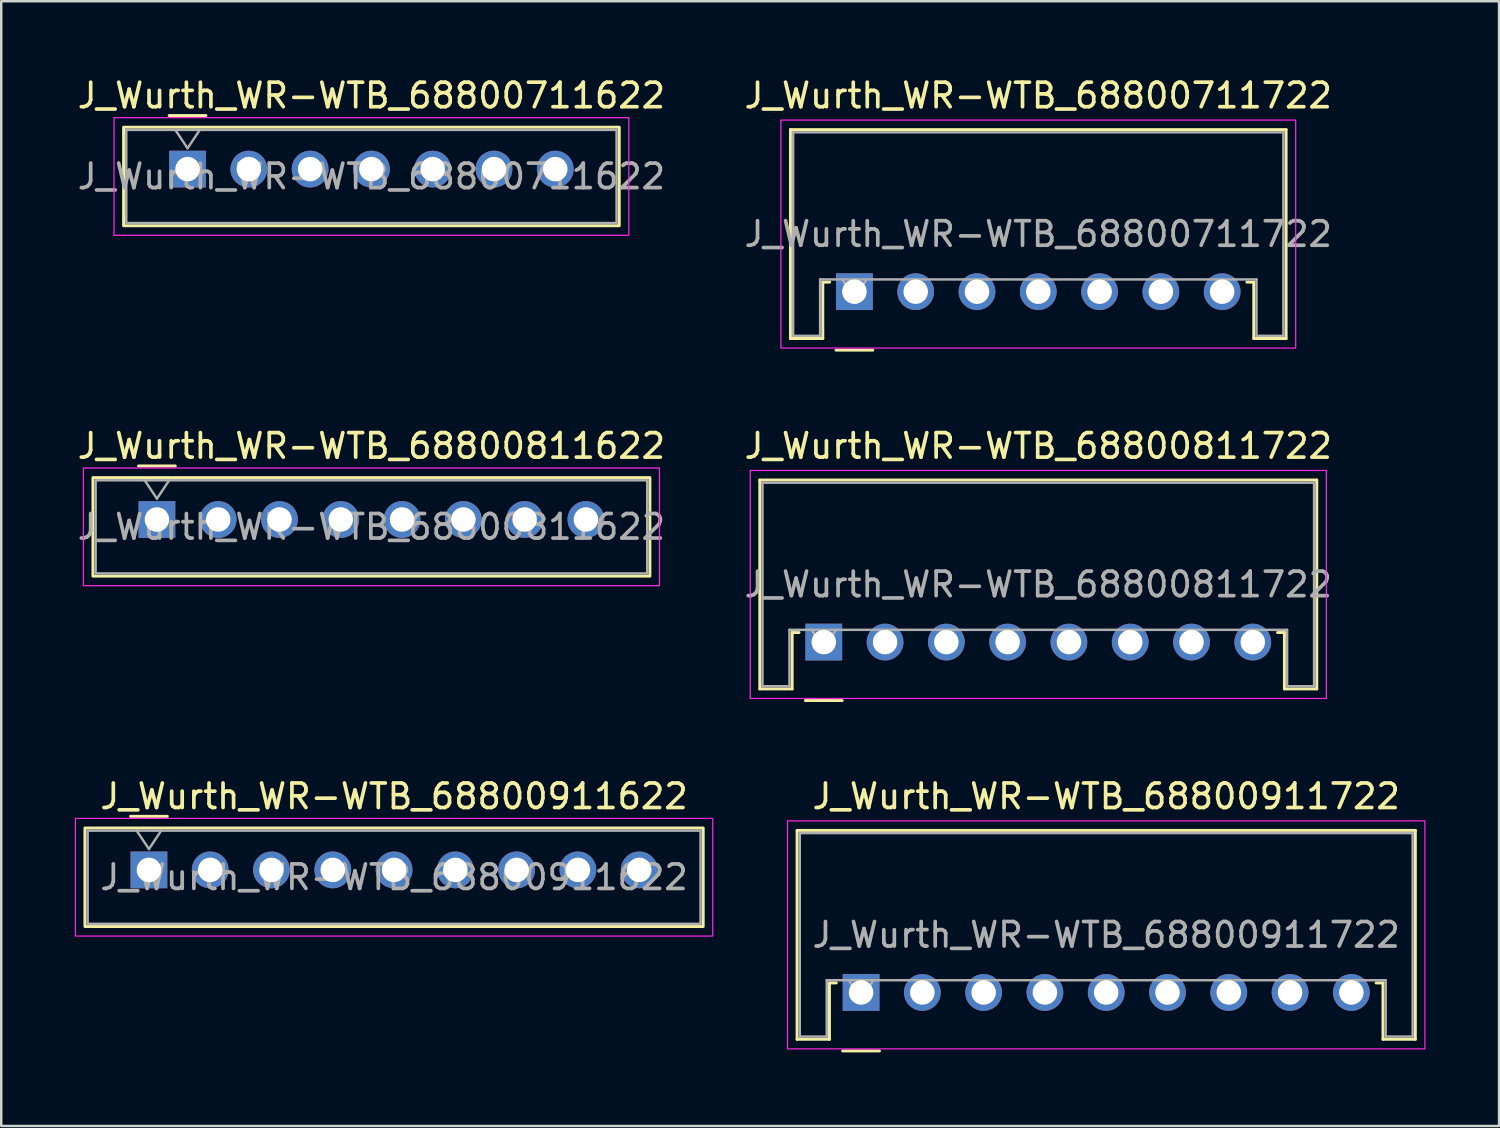
<source format=kicad_pcb>
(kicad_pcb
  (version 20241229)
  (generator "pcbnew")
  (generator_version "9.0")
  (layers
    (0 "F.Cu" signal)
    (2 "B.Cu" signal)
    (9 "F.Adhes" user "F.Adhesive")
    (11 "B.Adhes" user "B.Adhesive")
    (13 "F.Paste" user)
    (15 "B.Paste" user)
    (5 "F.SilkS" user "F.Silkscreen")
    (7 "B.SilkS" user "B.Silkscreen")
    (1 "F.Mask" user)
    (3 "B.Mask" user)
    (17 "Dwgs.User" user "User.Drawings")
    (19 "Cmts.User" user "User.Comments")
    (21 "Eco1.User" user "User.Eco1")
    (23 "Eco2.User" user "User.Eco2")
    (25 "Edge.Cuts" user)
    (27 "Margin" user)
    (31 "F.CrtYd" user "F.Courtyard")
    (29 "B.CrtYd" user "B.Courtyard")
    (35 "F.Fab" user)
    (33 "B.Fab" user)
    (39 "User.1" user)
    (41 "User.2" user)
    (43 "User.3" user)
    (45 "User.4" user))
  (footprint "J_Wurth_WR-WTB_68800911622"
    (layer "F.Cu")
    (at 3.025 32.435)
    (property "Reference" "J_Wurth_WR-WTB_68800911622" (at 10 -3 0) (unlocked yes) (layer "F.SilkS") (effects (font (size 1 1) (thickness 0.15))))
    (attr through_hole)
    (fp_line (start -0.75 -2.185) (end 0.75 -2.185) (stroke (width 0.12) (type solid)) (layer "F.SilkS"))
    (fp_rect (start -2.61 2.31) (end 22.61 -1.71) (stroke (width 0.12) (type solid)) (fill no) (layer "F.SilkS"))
    (fp_rect (start -3 2.7) (end 23 -2.1) (stroke (width 0.05) (type solid)) (fill no) (layer "F.CrtYd"))
    (fp_line (start 0 -0.85) (end -0.5 -1.6) (stroke (width 0.1) (type solid)) (layer "F.Fab"))
    (fp_line (start 0 -0.85) (end 0.5 -1.6) (stroke (width 0.1) (type solid)) (layer "F.Fab"))
    (fp_rect (start -2.5 2.2) (end 22.5 -1.6) (stroke (width 0.1) (type solid)) (fill no) (layer "F.Fab"))
    (fp_text user "${REFERENCE}" (at 10 0.3 0) (unlocked yes) (layer "F.Fab") (effects (font (size 1 1) (thickness 0.15))))
    (pad "1" thru_hole rect (at 0 0 180) (size 1.5 1.5) (drill 1) (layers "*.Cu" "*.Mask"))
    (pad "2" thru_hole circle (at 2.5 0 180) (size 1.5 1.5) (drill 1) (layers "*.Cu" "*.Mask"))
    (pad "3" thru_hole circle (at 5 0 180) (size 1.5 1.5) (drill 1) (layers "*.Cu" "*.Mask"))
    (pad "4" thru_hole circle (at 7.5 0 180) (size 1.5 1.5) (drill 1) (layers "*.Cu" "*.Mask"))
    (pad "5" thru_hole circle (at 10 0 180) (size 1.5 1.5) (drill 1) (layers "*.Cu" "*.Mask"))
    (pad "6" thru_hole circle (at 12.5 0 180) (size 1.5 1.5) (drill 1) (layers "*.Cu" "*.Mask"))
    (pad "7" thru_hole circle (at 15 0 180) (size 1.5 1.5) (drill 1) (layers "*.Cu" "*.Mask"))
    (pad "8" thru_hole circle (at 17.5 0 180) (size 1.5 1.5) (drill 1) (layers "*.Cu" "*.Mask"))
    (pad "9" thru_hole circle (at 20 0 180) (size 1.5 1.5) (drill 1) (layers "*.Cu" "*.Mask")))
  (footprint "J_Wurth_WR-WTB_68800711722"
    (layer "F.Cu")
    (at 31.804 8.848)
    (property "Reference" "J_Wurth_WR-WTB_68800711722" (at 7.5 -8 0) (unlocked yes) (layer "F.SilkS") (effects (font (size 1 1) (thickness 0.15))))
    (attr through_hole)
    (fp_line (start -2.61 -6.61) (end 17.61 -6.61) (stroke (width 0.12) (type default)) (layer "F.SilkS"))
    (fp_line (start -2.61 1.91) (end -2.61 -6.61) (stroke (width 0.12) (type default)) (layer "F.SilkS"))
    (fp_line (start -2.61 1.91) (end -1.29 1.91) (stroke (width 0.12) (type solid)) (layer "F.SilkS"))
    (fp_line (start -1.29 1.91) (end -1.29 -0.39) (stroke (width 0.12) (type solid)) (layer "F.SilkS"))
    (fp_line (start -1.01 -0.39) (end -1.29 -0.39) (stroke (width 0.12) (type solid)) (layer "F.SilkS"))
    (fp_line (start 0.75 2.385) (end -0.75 2.385) (stroke (width 0.12) (type solid)) (layer "F.SilkS"))
    (fp_line (start 16.29 -0.39) (end 16.01 -0.39) (stroke (width 0.12) (type solid)) (layer "F.SilkS"))
    (fp_line (start 16.29 1.91) (end 16.29 -0.39) (stroke (width 0.12) (type solid)) (layer "F.SilkS"))
    (fp_line (start 17.61 -6.61) (end 17.61 1.91) (stroke (width 0.12) (type default)) (layer "F.SilkS"))
    (fp_line (start 17.61 1.91) (end 16.29 1.91) (stroke (width 0.12) (type solid)) (layer "F.SilkS"))
    (fp_rect (start -3 -7) (end 18 2.3) (stroke (width 0.05) (type solid)) (fill no) (layer "F.CrtYd"))
    (fp_line (start -2.5 -6.5) (end 17.5 -6.5) (stroke (width 0.1) (type default)) (layer "F.Fab"))
    (fp_line (start -2.5 1.8) (end -2.5 -6.5) (stroke (width 0.1) (type default)) (layer "F.Fab"))
    (fp_line (start -2.5 1.8) (end -1.4 1.8) (stroke (width 0.1) (type solid)) (layer "F.Fab"))
    (fp_line (start -1.4 -0.5) (end 16.4 -0.5) (stroke (width 0.1) (type default)) (layer "F.Fab"))
    (fp_line (start -1.4 1.8) (end -1.4 -0.5) (stroke (width 0.1) (type solid)) (layer "F.Fab"))
    (fp_line (start 0 0.25) (end -0.5 -0.5) (stroke (width 0.1) (type solid)) (layer "F.Fab"))
    (fp_line (start 0 0.25) (end 0.5 -0.5) (stroke (width 0.1) (type solid)) (layer "F.Fab"))
    (fp_line (start 16.4 1.8) (end 16.4 -0.5) (stroke (width 0.1) (type solid)) (layer "F.Fab"))
    (fp_line (start 17.5 -6.5) (end 17.5 1.8) (stroke (width 0.1) (type default)) (layer "F.Fab"))
    (fp_line (start 17.5 1.8) (end 16.4 1.8) (stroke (width 0.1) (type solid)) (layer "F.Fab"))
    (fp_text user "${REFERENCE}" (at 7.5 -2.35 0) (unlocked yes) (layer "F.Fab") (effects (font (size 1 1) (thickness 0.15))))
    (pad "1" thru_hole rect (at 0 0 180) (size 1.5 1.5) (drill 1) (layers "*.Cu" "*.Mask"))
    (pad "2" thru_hole circle (at 2.5 0 180) (size 1.5 1.5) (drill 1) (layers "*.Cu" "*.Mask"))
    (pad "3" thru_hole circle (at 5 0 180) (size 1.5 1.5) (drill 1) (layers "*.Cu" "*.Mask"))
    (pad "4" thru_hole circle (at 7.5 0 180) (size 1.5 1.5) (drill 1) (layers "*.Cu" "*.Mask"))
    (pad "5" thru_hole circle (at 10 0 180) (size 1.5 1.5) (drill 1) (layers "*.Cu" "*.Mask"))
    (pad "6" thru_hole circle (at 12.5 0 180) (size 1.5 1.5) (drill 1) (layers "*.Cu" "*.Mask"))
    (pad "7" thru_hole circle (at 15 0 180) (size 1.5 1.5) (drill 1) (layers "*.Cu" "*.Mask")))
  (footprint "J_Wurth_WR-WTB_68800911722"
    (layer "F.Cu")
    (at 32.075 37.435)
    (property "Reference" "J_Wurth_WR-WTB_68800911722" (at 10 -8 0) (unlocked yes) (layer "F.SilkS") (effects (font (size 1 1) (thickness 0.15))))
    (attr through_hole)
    (fp_line (start -2.61 -6.61) (end 22.61 -6.61) (stroke (width 0.12) (type default)) (layer "F.SilkS"))
    (fp_line (start -2.61 1.91) (end -2.61 -6.61) (stroke (width 0.12) (type default)) (layer "F.SilkS"))
    (fp_line (start -2.61 1.91) (end -1.29 1.91) (stroke (width 0.12) (type solid)) (layer "F.SilkS"))
    (fp_line (start -1.29 1.91) (end -1.29 -0.39) (stroke (width 0.12) (type solid)) (layer "F.SilkS"))
    (fp_line (start -1.01 -0.39) (end -1.29 -0.39) (stroke (width 0.12) (type solid)) (layer "F.SilkS"))
    (fp_line (start 0.75 2.385) (end -0.75 2.385) (stroke (width 0.12) (type solid)) (layer "F.SilkS"))
    (fp_line (start 21.29 -0.39) (end 21.01 -0.39) (stroke (width 0.12) (type solid)) (layer "F.SilkS"))
    (fp_line (start 21.29 1.91) (end 21.29 -0.39) (stroke (width 0.12) (type solid)) (layer "F.SilkS"))
    (fp_line (start 22.61 -6.61) (end 22.61 1.91) (stroke (width 0.12) (type default)) (layer "F.SilkS"))
    (fp_line (start 22.61 1.91) (end 21.29 1.91) (stroke (width 0.12) (type solid)) (layer "F.SilkS"))
    (fp_rect (start -3 -7) (end 23 2.3) (stroke (width 0.05) (type solid)) (fill no) (layer "F.CrtYd"))
    (fp_line (start -2.5 -6.5) (end 22.5 -6.5) (stroke (width 0.1) (type default)) (layer "F.Fab"))
    (fp_line (start -2.5 1.8) (end -2.5 -6.5) (stroke (width 0.1) (type default)) (layer "F.Fab"))
    (fp_line (start -2.5 1.8) (end -1.4 1.8) (stroke (width 0.1) (type solid)) (layer "F.Fab"))
    (fp_line (start -1.4 -0.5) (end 21.4 -0.5) (stroke (width 0.1) (type default)) (layer "F.Fab"))
    (fp_line (start -1.4 1.8) (end -1.4 -0.5) (stroke (width 0.1) (type solid)) (layer "F.Fab"))
    (fp_line (start 0 0.25) (end -0.5 -0.5) (stroke (width 0.1) (type solid)) (layer "F.Fab"))
    (fp_line (start 0 0.25) (end 0.5 -0.5) (stroke (width 0.1) (type solid)) (layer "F.Fab"))
    (fp_line (start 21.4 1.8) (end 21.4 -0.5) (stroke (width 0.1) (type solid)) (layer "F.Fab"))
    (fp_line (start 22.5 -6.5) (end 22.5 1.8) (stroke (width 0.1) (type default)) (layer "F.Fab"))
    (fp_line (start 22.5 1.8) (end 21.4 1.8) (stroke (width 0.1) (type solid)) (layer "F.Fab"))
    (fp_text user "${REFERENCE}" (at 10 -2.35 0) (unlocked yes) (layer "F.Fab") (effects (font (size 1 1) (thickness 0.15))))
    (pad "1" thru_hole rect (at 0 0 180) (size 1.5 1.5) (drill 1) (layers "*.Cu" "*.Mask"))
    (pad "2" thru_hole circle (at 2.5 0 180) (size 1.5 1.5) (drill 1) (layers "*.Cu" "*.Mask"))
    (pad "3" thru_hole circle (at 5 0 180) (size 1.5 1.5) (drill 1) (layers "*.Cu" "*.Mask"))
    (pad "4" thru_hole circle (at 7.5 0 180) (size 1.5 1.5) (drill 1) (layers "*.Cu" "*.Mask"))
    (pad "5" thru_hole circle (at 10 0 180) (size 1.5 1.5) (drill 1) (layers "*.Cu" "*.Mask"))
    (pad "6" thru_hole circle (at 12.5 0 180) (size 1.5 1.5) (drill 1) (layers "*.Cu" "*.Mask"))
    (pad "7" thru_hole circle (at 15 0 180) (size 1.5 1.5) (drill 1) (layers "*.Cu" "*.Mask"))
    (pad "8" thru_hole circle (at 17.5 0 180) (size 1.5 1.5) (drill 1) (layers "*.Cu" "*.Mask"))
    (pad "9" thru_hole circle (at 20 0 180) (size 1.5 1.5) (drill 1) (layers "*.Cu" "*.Mask")))
  (footprint "J_Wurth_WR-WTB_68800811722"
    (layer "F.Cu")
    (at 30.554 23.142)
    (property "Reference" "J_Wurth_WR-WTB_68800811722" (at 8.75 -8 0) (unlocked yes) (layer "F.SilkS") (effects (font (size 1 1) (thickness 0.15))))
    (attr through_hole)
    (fp_line (start -2.61 -6.61) (end 20.11 -6.61) (stroke (width 0.12) (type default)) (layer "F.SilkS"))
    (fp_line (start -2.61 1.91) (end -2.61 -6.61) (stroke (width 0.12) (type default)) (layer "F.SilkS"))
    (fp_line (start -2.61 1.91) (end -1.29 1.91) (stroke (width 0.12) (type solid)) (layer "F.SilkS"))
    (fp_line (start -1.29 1.91) (end -1.29 -0.39) (stroke (width 0.12) (type solid)) (layer "F.SilkS"))
    (fp_line (start -1.01 -0.39) (end -1.29 -0.39) (stroke (width 0.12) (type solid)) (layer "F.SilkS"))
    (fp_line (start 0.75 2.385) (end -0.75 2.385) (stroke (width 0.12) (type solid)) (layer "F.SilkS"))
    (fp_line (start 18.79 -0.39) (end 18.51 -0.39) (stroke (width 0.12) (type solid)) (layer "F.SilkS"))
    (fp_line (start 18.79 1.91) (end 18.79 -0.39) (stroke (width 0.12) (type solid)) (layer "F.SilkS"))
    (fp_line (start 20.11 -6.61) (end 20.11 1.91) (stroke (width 0.12) (type default)) (layer "F.SilkS"))
    (fp_line (start 20.11 1.91) (end 18.79 1.91) (stroke (width 0.12) (type solid)) (layer "F.SilkS"))
    (fp_rect (start -3 -7) (end 20.5 2.3) (stroke (width 0.05) (type solid)) (fill no) (layer "F.CrtYd"))
    (fp_line (start -2.5 -6.5) (end 20 -6.5) (stroke (width 0.1) (type default)) (layer "F.Fab"))
    (fp_line (start -2.5 1.8) (end -2.5 -6.5) (stroke (width 0.1) (type default)) (layer "F.Fab"))
    (fp_line (start -2.5 1.8) (end -1.4 1.8) (stroke (width 0.1) (type solid)) (layer "F.Fab"))
    (fp_line (start -1.4 -0.5) (end 18.9 -0.5) (stroke (width 0.1) (type default)) (layer "F.Fab"))
    (fp_line (start -1.4 1.8) (end -1.4 -0.5) (stroke (width 0.1) (type solid)) (layer "F.Fab"))
    (fp_line (start 0 0.25) (end -0.5 -0.5) (stroke (width 0.1) (type solid)) (layer "F.Fab"))
    (fp_line (start 0 0.25) (end 0.5 -0.5) (stroke (width 0.1) (type solid)) (layer "F.Fab"))
    (fp_line (start 18.9 1.8) (end 18.9 -0.5) (stroke (width 0.1) (type solid)) (layer "F.Fab"))
    (fp_line (start 20 -6.5) (end 20 1.8) (stroke (width 0.1) (type default)) (layer "F.Fab"))
    (fp_line (start 20 1.8) (end 18.9 1.8) (stroke (width 0.1) (type solid)) (layer "F.Fab"))
    (fp_text user "${REFERENCE}" (at 8.75 -2.35 0) (unlocked yes) (layer "F.Fab") (effects (font (size 1 1) (thickness 0.15))))
    (pad "1" thru_hole rect (at 0 0 180) (size 1.5 1.5) (drill 1) (layers "*.Cu" "*.Mask"))
    (pad "2" thru_hole circle (at 2.5 0 180) (size 1.5 1.5) (drill 1) (layers "*.Cu" "*.Mask"))
    (pad "3" thru_hole circle (at 5 0 180) (size 1.5 1.5) (drill 1) (layers "*.Cu" "*.Mask"))
    (pad "4" thru_hole circle (at 7.5 0 180) (size 1.5 1.5) (drill 1) (layers "*.Cu" "*.Mask"))
    (pad "5" thru_hole circle (at 10 0 180) (size 1.5 1.5) (drill 1) (layers "*.Cu" "*.Mask"))
    (pad "6" thru_hole circle (at 12.5 0 180) (size 1.5 1.5) (drill 1) (layers "*.Cu" "*.Mask"))
    (pad "7" thru_hole circle (at 15 0 180) (size 1.5 1.5) (drill 1) (layers "*.Cu" "*.Mask"))
    (pad "8" thru_hole circle (at 17.5 0 180) (size 1.5 1.5) (drill 1) (layers "*.Cu" "*.Mask")))
  (footprint "J_Wurth_WR-WTB_68800711622"
    (layer "F.Cu")
    (at 4.601 3.848)
    (property "Reference" "J_Wurth_WR-WTB_68800711622" (at 7.5 -3 0) (unlocked yes) (layer "F.SilkS") (effects (font (size 1 1) (thickness 0.15))))
    (attr through_hole)
    (fp_line (start -0.75 -2.185) (end 0.75 -2.185) (stroke (width 0.12) (type solid)) (layer "F.SilkS"))
    (fp_rect (start -2.61 2.31) (end 17.61 -1.71) (stroke (width 0.12) (type solid)) (fill no) (layer "F.SilkS"))
    (fp_rect (start -3 2.7) (end 18 -2.1) (stroke (width 0.05) (type solid)) (fill no) (layer "F.CrtYd"))
    (fp_line (start 0 -0.85) (end -0.5 -1.6) (stroke (width 0.1) (type solid)) (layer "F.Fab"))
    (fp_line (start 0 -0.85) (end 0.5 -1.6) (stroke (width 0.1) (type solid)) (layer "F.Fab"))
    (fp_rect (start -2.5 2.2) (end 17.5 -1.6) (stroke (width 0.1) (type solid)) (fill no) (layer "F.Fab"))
    (fp_text user "${REFERENCE}" (at 7.5 0.3 0) (unlocked yes) (layer "F.Fab") (effects (font (size 1 1) (thickness 0.15))))
    (pad "1" thru_hole rect (at 0 0 180) (size 1.5 1.5) (drill 1) (layers "*.Cu" "*.Mask"))
    (pad "2" thru_hole circle (at 2.5 0 180) (size 1.5 1.5) (drill 1) (layers "*.Cu" "*.Mask"))
    (pad "3" thru_hole circle (at 5 0 180) (size 1.5 1.5) (drill 1) (layers "*.Cu" "*.Mask"))
    (pad "4" thru_hole circle (at 7.5 0 180) (size 1.5 1.5) (drill 1) (layers "*.Cu" "*.Mask"))
    (pad "5" thru_hole circle (at 10 0 180) (size 1.5 1.5) (drill 1) (layers "*.Cu" "*.Mask"))
    (pad "6" thru_hole circle (at 12.5 0 180) (size 1.5 1.5) (drill 1) (layers "*.Cu" "*.Mask"))
    (pad "7" thru_hole circle (at 15 0 180) (size 1.5 1.5) (drill 1) (layers "*.Cu" "*.Mask")))
  (footprint "J_Wurth_WR-WTB_68800811622"
    (layer "F.Cu")
    (at 3.351 18.142)
    (property "Reference" "J_Wurth_WR-WTB_68800811622" (at 8.75 -3 0) (unlocked yes) (layer "F.SilkS") (effects (font (size 1 1) (thickness 0.15))))
    (attr through_hole)
    (fp_line (start -0.75 -2.185) (end 0.75 -2.185) (stroke (width 0.12) (type solid)) (layer "F.SilkS"))
    (fp_rect (start -2.61 2.31) (end 20.11 -1.71) (stroke (width 0.12) (type solid)) (fill no) (layer "F.SilkS"))
    (fp_rect (start -3 2.7) (end 20.5 -2.1) (stroke (width 0.05) (type solid)) (fill no) (layer "F.CrtYd"))
    (fp_line (start 0 -0.85) (end -0.5 -1.6) (stroke (width 0.1) (type solid)) (layer "F.Fab"))
    (fp_line (start 0 -0.85) (end 0.5 -1.6) (stroke (width 0.1) (type solid)) (layer "F.Fab"))
    (fp_rect (start -2.5 2.2) (end 20 -1.6) (stroke (width 0.1) (type solid)) (fill no) (layer "F.Fab"))
    (fp_text user "${REFERENCE}" (at 8.75 0.3 0) (unlocked yes) (layer "F.Fab") (effects (font (size 1 1) (thickness 0.15))))
    (pad "1" thru_hole rect (at 0 0 180) (size 1.5 1.5) (drill 1) (layers "*.Cu" "*.Mask"))
    (pad "2" thru_hole circle (at 2.5 0 180) (size 1.5 1.5) (drill 1) (layers "*.Cu" "*.Mask"))
    (pad "3" thru_hole circle (at 5 0 180) (size 1.5 1.5) (drill 1) (layers "*.Cu" "*.Mask"))
    (pad "4" thru_hole circle (at 7.5 0 180) (size 1.5 1.5) (drill 1) (layers "*.Cu" "*.Mask"))
    (pad "5" thru_hole circle (at 10 0 180) (size 1.5 1.5) (drill 1) (layers "*.Cu" "*.Mask"))
    (pad "6" thru_hole circle (at 12.5 0 180) (size 1.5 1.5) (drill 1) (layers "*.Cu" "*.Mask"))
    (pad "7" thru_hole circle (at 15 0 180) (size 1.5 1.5) (drill 1) (layers "*.Cu" "*.Mask"))
    (pad "8" thru_hole circle (at 17.5 0 180) (size 1.5 1.5) (drill 1) (layers "*.Cu" "*.Mask")))
  (gr_rect
    (start -3 -3)
    (end 58.1 42.88)
    (stroke (width 0.1) (type default))
    (fill no)
    (layer "Edge.Cuts")))
</source>
